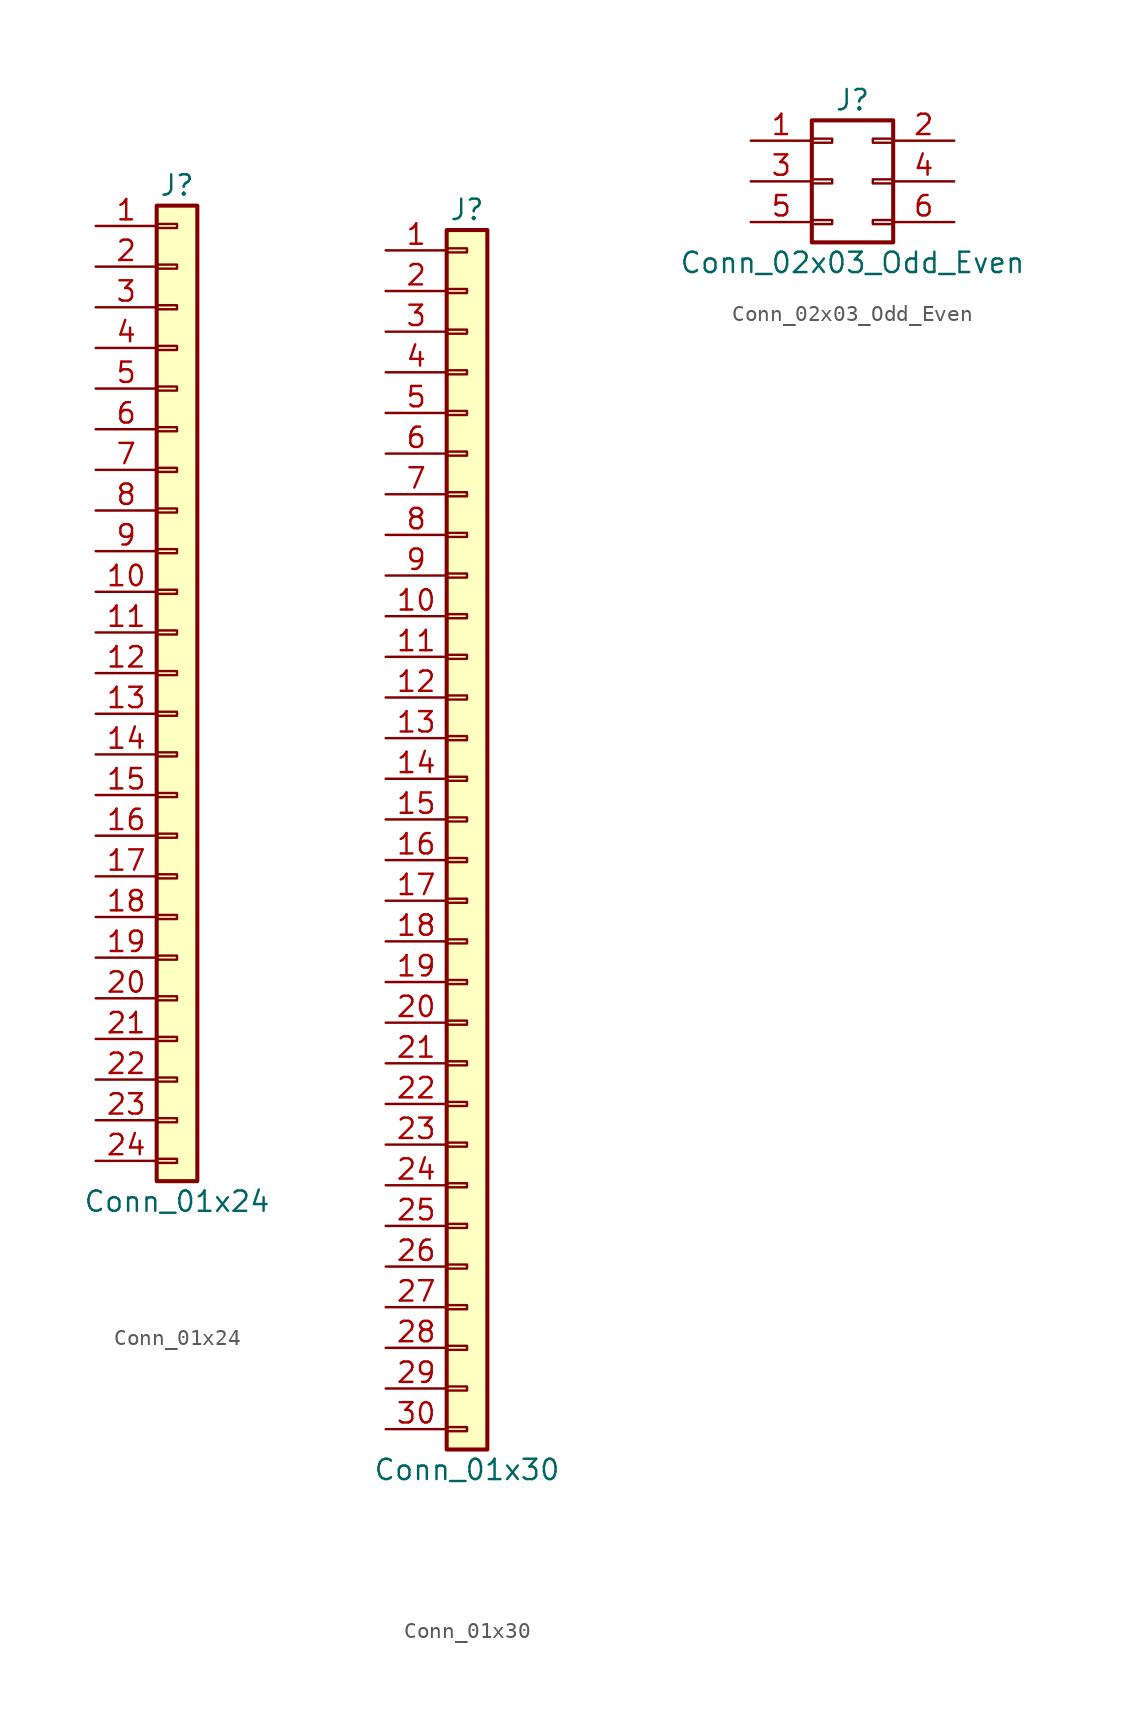
<source format=kicad_sym>
(kicad_symbol_lib
  (version 20241209)
  (generator "kicad_symbol_editor")
  (generator_version "9.0")
  (symbol "Conn_01x24"
    (pin_names
      (offset 1.016)
      (hide yes))
    (property "Reference" "J"
      (at 0 30.48 0)
      (effects (font (size 1.27 1.27))))
    (property "Value" "Conn_01x24"
      (at 0 -33.02 0)
      (effects (font (size 1.27 1.27))))
    (symbol "Conn_01x24_1_1"
      (rectangle (start -1.27 29.21) (end 1.27 -31.75) (stroke (width 0.254) (type default)) (fill (type background)))
      (rectangle (start -1.27 28.067) (end 0 27.813) (stroke (width 0.152) (type default)) (fill (type none)))
      (rectangle (start -1.27 25.527) (end 0 25.273) (stroke (width 0.152) (type default)) (fill (type none)))
      (rectangle (start -1.27 22.987) (end 0 22.733) (stroke (width 0.152) (type default)) (fill (type none)))
      (rectangle (start -1.27 20.447) (end 0 20.193) (stroke (width 0.152) (type default)) (fill (type none)))
      (rectangle (start -1.27 17.907) (end 0 17.653) (stroke (width 0.152) (type default)) (fill (type none)))
      (rectangle (start -1.27 15.367) (end 0 15.113) (stroke (width 0.152) (type default)) (fill (type none)))
      (rectangle (start -1.27 12.827) (end 0 12.573) (stroke (width 0.152) (type default)) (fill (type none)))
      (rectangle (start -1.27 10.287) (end 0 10.033) (stroke (width 0.152) (type default)) (fill (type none)))
      (rectangle (start -1.27 7.747) (end 0 7.493) (stroke (width 0.152) (type default)) (fill (type none)))
      (rectangle (start -1.27 5.207) (end 0 4.953) (stroke (width 0.152) (type default)) (fill (type none)))
      (rectangle (start -1.27 2.667) (end 0 2.413) (stroke (width 0.152) (type default)) (fill (type none)))
      (rectangle (start -1.27 0.127) (end 0 -0.127) (stroke (width 0.152) (type default)) (fill (type none)))
      (rectangle (start -1.27 -2.413) (end 0 -2.667) (stroke (width 0.152) (type default)) (fill (type none)))
      (rectangle (start -1.27 -4.953) (end 0 -5.207) (stroke (width 0.152) (type default)) (fill (type none)))
      (rectangle (start -1.27 -7.493) (end 0 -7.747) (stroke (width 0.152) (type default)) (fill (type none)))
      (rectangle (start -1.27 -10.033) (end 0 -10.287) (stroke (width 0.152) (type default)) (fill (type none)))
      (rectangle (start -1.27 -12.573) (end 0 -12.827) (stroke (width 0.152) (type default)) (fill (type none)))
      (rectangle (start -1.27 -15.113) (end 0 -15.367) (stroke (width 0.152) (type default)) (fill (type none)))
      (rectangle (start -1.27 -17.653) (end 0 -17.907) (stroke (width 0.152) (type default)) (fill (type none)))
      (rectangle (start -1.27 -20.193) (end 0 -20.447) (stroke (width 0.152) (type default)) (fill (type none)))
      (rectangle (start -1.27 -22.733) (end 0 -22.987) (stroke (width 0.152) (type default)) (fill (type none)))
      (rectangle (start -1.27 -25.273) (end 0 -25.527) (stroke (width 0.152) (type default)) (fill (type none)))
      (rectangle (start -1.27 -27.813) (end 0 -28.067) (stroke (width 0.152) (type default)) (fill (type none)))
      (rectangle (start -1.27 -30.353) (end 0 -30.607) (stroke (width 0.152) (type default)) (fill (type none)))
      (pin passive line (at -5.08 27.94 0) (length 3.81) (name "Pin_1" (effects (font (size 1.27 1.27)))) (number "1" (effects (font (size 1.27 1.27)))))
      (pin passive line (at -5.08 25.4 0) (length 3.81) (name "Pin_2" (effects (font (size 1.27 1.27)))) (number "2" (effects (font (size 1.27 1.27)))))
      (pin passive line (at -5.08 22.86 0) (length 3.81) (name "Pin_3" (effects (font (size 1.27 1.27)))) (number "3" (effects (font (size 1.27 1.27)))))
      (pin passive line (at -5.08 20.32 0) (length 3.81) (name "Pin_4" (effects (font (size 1.27 1.27)))) (number "4" (effects (font (size 1.27 1.27)))))
      (pin passive line (at -5.08 17.78 0) (length 3.81) (name "Pin_5" (effects (font (size 1.27 1.27)))) (number "5" (effects (font (size 1.27 1.27)))))
      (pin passive line (at -5.08 15.24 0) (length 3.81) (name "Pin_6" (effects (font (size 1.27 1.27)))) (number "6" (effects (font (size 1.27 1.27)))))
      (pin passive line (at -5.08 12.7 0) (length 3.81) (name "Pin_7" (effects (font (size 1.27 1.27)))) (number "7" (effects (font (size 1.27 1.27)))))
      (pin passive line (at -5.08 10.16 0) (length 3.81) (name "Pin_8" (effects (font (size 1.27 1.27)))) (number "8" (effects (font (size 1.27 1.27)))))
      (pin passive line (at -5.08 7.62 0) (length 3.81) (name "Pin_9" (effects (font (size 1.27 1.27)))) (number "9" (effects (font (size 1.27 1.27)))))
      (pin passive line (at -5.08 5.08 0) (length 3.81) (name "Pin_10" (effects (font (size 1.27 1.27)))) (number "10" (effects (font (size 1.27 1.27)))))
      (pin passive line (at -5.08 2.54 0) (length 3.81) (name "Pin_11" (effects (font (size 1.27 1.27)))) (number "11" (effects (font (size 1.27 1.27)))))
      (pin passive line (at -5.08 0 0) (length 3.81) (name "Pin_12" (effects (font (size 1.27 1.27)))) (number "12" (effects (font (size 1.27 1.27)))))
      (pin passive line (at -5.08 -2.54 0) (length 3.81) (name "Pin_13" (effects (font (size 1.27 1.27)))) (number "13" (effects (font (size 1.27 1.27)))))
      (pin passive line (at -5.08 -5.08 0) (length 3.81) (name "Pin_14" (effects (font (size 1.27 1.27)))) (number "14" (effects (font (size 1.27 1.27)))))
      (pin passive line (at -5.08 -7.62 0) (length 3.81) (name "Pin_15" (effects (font (size 1.27 1.27)))) (number "15" (effects (font (size 1.27 1.27)))))
      (pin passive line (at -5.08 -10.16 0) (length 3.81) (name "Pin_16" (effects (font (size 1.27 1.27)))) (number "16" (effects (font (size 1.27 1.27)))))
      (pin passive line (at -5.08 -12.7 0) (length 3.81) (name "Pin_17" (effects (font (size 1.27 1.27)))) (number "17" (effects (font (size 1.27 1.27)))))
      (pin passive line (at -5.08 -15.24 0) (length 3.81) (name "Pin_18" (effects (font (size 1.27 1.27)))) (number "18" (effects (font (size 1.27 1.27)))))
      (pin passive line (at -5.08 -17.78 0) (length 3.81) (name "Pin_19" (effects (font (size 1.27 1.27)))) (number "19" (effects (font (size 1.27 1.27)))))
      (pin passive line (at -5.08 -20.32 0) (length 3.81) (name "Pin_20" (effects (font (size 1.27 1.27)))) (number "20" (effects (font (size 1.27 1.27)))))
      (pin passive line (at -5.08 -22.86 0) (length 3.81) (name "Pin_21" (effects (font (size 1.27 1.27)))) (number "21" (effects (font (size 1.27 1.27)))))
      (pin passive line (at -5.08 -25.4 0) (length 3.81) (name "Pin_22" (effects (font (size 1.27 1.27)))) (number "22" (effects (font (size 1.27 1.27)))))
      (pin passive line (at -5.08 -27.94 0) (length 3.81) (name "Pin_23" (effects (font (size 1.27 1.27)))) (number "23" (effects (font (size 1.27 1.27)))))
      (pin passive line (at -5.08 -30.48 0) (length 3.81) (name "Pin_24" (effects (font (size 1.27 1.27)))) (number "24" (effects (font (size 1.27 1.27)))))))
  (symbol "Conn_01x30"
    (pin_names
      (offset 1.016)
      (hide yes))
    (property "Reference" "J"
      (at 0 38.1 0)
      (effects (font (size 1.27 1.27))))
    (property "Value" "Conn_01x30"
      (at 0 -40.64 0)
      (effects (font (size 1.27 1.27))))
    (symbol "Conn_01x30_1_1"
      (rectangle (start -1.27 36.83) (end 1.27 -39.37) (stroke (width 0.254) (type default)) (fill (type background)))
      (rectangle (start -1.27 35.687) (end 0 35.433) (stroke (width 0.152) (type default)) (fill (type none)))
      (rectangle (start -1.27 33.147) (end 0 32.893) (stroke (width 0.152) (type default)) (fill (type none)))
      (rectangle (start -1.27 30.607) (end 0 30.353) (stroke (width 0.152) (type default)) (fill (type none)))
      (rectangle (start -1.27 28.067) (end 0 27.813) (stroke (width 0.152) (type default)) (fill (type none)))
      (rectangle (start -1.27 25.527) (end 0 25.273) (stroke (width 0.152) (type default)) (fill (type none)))
      (rectangle (start -1.27 22.987) (end 0 22.733) (stroke (width 0.152) (type default)) (fill (type none)))
      (rectangle (start -1.27 20.447) (end 0 20.193) (stroke (width 0.152) (type default)) (fill (type none)))
      (rectangle (start -1.27 17.907) (end 0 17.653) (stroke (width 0.152) (type default)) (fill (type none)))
      (rectangle (start -1.27 15.367) (end 0 15.113) (stroke (width 0.152) (type default)) (fill (type none)))
      (rectangle (start -1.27 12.827) (end 0 12.573) (stroke (width 0.152) (type default)) (fill (type none)))
      (rectangle (start -1.27 10.287) (end 0 10.033) (stroke (width 0.152) (type default)) (fill (type none)))
      (rectangle (start -1.27 7.747) (end 0 7.493) (stroke (width 0.152) (type default)) (fill (type none)))
      (rectangle (start -1.27 5.207) (end 0 4.953) (stroke (width 0.152) (type default)) (fill (type none)))
      (rectangle (start -1.27 2.667) (end 0 2.413) (stroke (width 0.152) (type default)) (fill (type none)))
      (rectangle (start -1.27 0.127) (end 0 -0.127) (stroke (width 0.152) (type default)) (fill (type none)))
      (rectangle (start -1.27 -2.413) (end 0 -2.667) (stroke (width 0.152) (type default)) (fill (type none)))
      (rectangle (start -1.27 -4.953) (end 0 -5.207) (stroke (width 0.152) (type default)) (fill (type none)))
      (rectangle (start -1.27 -7.493) (end 0 -7.747) (stroke (width 0.152) (type default)) (fill (type none)))
      (rectangle (start -1.27 -10.033) (end 0 -10.287) (stroke (width 0.152) (type default)) (fill (type none)))
      (rectangle (start -1.27 -12.573) (end 0 -12.827) (stroke (width 0.152) (type default)) (fill (type none)))
      (rectangle (start -1.27 -15.113) (end 0 -15.367) (stroke (width 0.152) (type default)) (fill (type none)))
      (rectangle (start -1.27 -17.653) (end 0 -17.907) (stroke (width 0.152) (type default)) (fill (type none)))
      (rectangle (start -1.27 -20.193) (end 0 -20.447) (stroke (width 0.152) (type default)) (fill (type none)))
      (rectangle (start -1.27 -22.733) (end 0 -22.987) (stroke (width 0.152) (type default)) (fill (type none)))
      (rectangle (start -1.27 -25.273) (end 0 -25.527) (stroke (width 0.152) (type default)) (fill (type none)))
      (rectangle (start -1.27 -27.813) (end 0 -28.067) (stroke (width 0.152) (type default)) (fill (type none)))
      (rectangle (start -1.27 -30.353) (end 0 -30.607) (stroke (width 0.152) (type default)) (fill (type none)))
      (rectangle (start -1.27 -32.893) (end 0 -33.147) (stroke (width 0.152) (type default)) (fill (type none)))
      (rectangle (start -1.27 -35.433) (end 0 -35.687) (stroke (width 0.152) (type default)) (fill (type none)))
      (rectangle (start -1.27 -37.973) (end 0 -38.227) (stroke (width 0.152) (type default)) (fill (type none)))
      (pin passive line (at -5.08 35.56 0) (length 3.81) (name "Pin_1" (effects (font (size 1.27 1.27)))) (number "1" (effects (font (size 1.27 1.27)))))
      (pin passive line (at -5.08 33.02 0) (length 3.81) (name "Pin_2" (effects (font (size 1.27 1.27)))) (number "2" (effects (font (size 1.27 1.27)))))
      (pin passive line (at -5.08 30.48 0) (length 3.81) (name "Pin_3" (effects (font (size 1.27 1.27)))) (number "3" (effects (font (size 1.27 1.27)))))
      (pin passive line (at -5.08 27.94 0) (length 3.81) (name "Pin_4" (effects (font (size 1.27 1.27)))) (number "4" (effects (font (size 1.27 1.27)))))
      (pin passive line (at -5.08 25.4 0) (length 3.81) (name "Pin_5" (effects (font (size 1.27 1.27)))) (number "5" (effects (font (size 1.27 1.27)))))
      (pin passive line (at -5.08 22.86 0) (length 3.81) (name "Pin_6" (effects (font (size 1.27 1.27)))) (number "6" (effects (font (size 1.27 1.27)))))
      (pin passive line (at -5.08 20.32 0) (length 3.81) (name "Pin_7" (effects (font (size 1.27 1.27)))) (number "7" (effects (font (size 1.27 1.27)))))
      (pin passive line (at -5.08 17.78 0) (length 3.81) (name "Pin_8" (effects (font (size 1.27 1.27)))) (number "8" (effects (font (size 1.27 1.27)))))
      (pin passive line (at -5.08 15.24 0) (length 3.81) (name "Pin_9" (effects (font (size 1.27 1.27)))) (number "9" (effects (font (size 1.27 1.27)))))
      (pin passive line (at -5.08 12.7 0) (length 3.81) (name "Pin_10" (effects (font (size 1.27 1.27)))) (number "10" (effects (font (size 1.27 1.27)))))
      (pin passive line (at -5.08 10.16 0) (length 3.81) (name "Pin_11" (effects (font (size 1.27 1.27)))) (number "11" (effects (font (size 1.27 1.27)))))
      (pin passive line (at -5.08 7.62 0) (length 3.81) (name "Pin_12" (effects (font (size 1.27 1.27)))) (number "12" (effects (font (size 1.27 1.27)))))
      (pin passive line (at -5.08 5.08 0) (length 3.81) (name "Pin_13" (effects (font (size 1.27 1.27)))) (number "13" (effects (font (size 1.27 1.27)))))
      (pin passive line (at -5.08 2.54 0) (length 3.81) (name "Pin_14" (effects (font (size 1.27 1.27)))) (number "14" (effects (font (size 1.27 1.27)))))
      (pin passive line (at -5.08 0 0) (length 3.81) (name "Pin_15" (effects (font (size 1.27 1.27)))) (number "15" (effects (font (size 1.27 1.27)))))
      (pin passive line (at -5.08 -2.54 0) (length 3.81) (name "Pin_16" (effects (font (size 1.27 1.27)))) (number "16" (effects (font (size 1.27 1.27)))))
      (pin passive line (at -5.08 -5.08 0) (length 3.81) (name "Pin_17" (effects (font (size 1.27 1.27)))) (number "17" (effects (font (size 1.27 1.27)))))
      (pin passive line (at -5.08 -7.62 0) (length 3.81) (name "Pin_18" (effects (font (size 1.27 1.27)))) (number "18" (effects (font (size 1.27 1.27)))))
      (pin passive line (at -5.08 -10.16 0) (length 3.81) (name "Pin_19" (effects (font (size 1.27 1.27)))) (number "19" (effects (font (size 1.27 1.27)))))
      (pin passive line (at -5.08 -12.7 0) (length 3.81) (name "Pin_20" (effects (font (size 1.27 1.27)))) (number "20" (effects (font (size 1.27 1.27)))))
      (pin passive line (at -5.08 -15.24 0) (length 3.81) (name "Pin_21" (effects (font (size 1.27 1.27)))) (number "21" (effects (font (size 1.27 1.27)))))
      (pin passive line (at -5.08 -17.78 0) (length 3.81) (name "Pin_22" (effects (font (size 1.27 1.27)))) (number "22" (effects (font (size 1.27 1.27)))))
      (pin passive line (at -5.08 -20.32 0) (length 3.81) (name "Pin_23" (effects (font (size 1.27 1.27)))) (number "23" (effects (font (size 1.27 1.27)))))
      (pin passive line (at -5.08 -22.86 0) (length 3.81) (name "Pin_24" (effects (font (size 1.27 1.27)))) (number "24" (effects (font (size 1.27 1.27)))))
      (pin passive line (at -5.08 -25.4 0) (length 3.81) (name "Pin_25" (effects (font (size 1.27 1.27)))) (number "25" (effects (font (size 1.27 1.27)))))
      (pin passive line (at -5.08 -27.94 0) (length 3.81) (name "Pin_26" (effects (font (size 1.27 1.27)))) (number "26" (effects (font (size 1.27 1.27)))))
      (pin passive line (at -5.08 -30.48 0) (length 3.81) (name "Pin_27" (effects (font (size 1.27 1.27)))) (number "27" (effects (font (size 1.27 1.27)))))
      (pin passive line (at -5.08 -33.02 0) (length 3.81) (name "Pin_28" (effects (font (size 1.27 1.27)))) (number "28" (effects (font (size 1.27 1.27)))))
      (pin passive line (at -5.08 -35.56 0) (length 3.81) (name "Pin_29" (effects (font (size 1.27 1.27)))) (number "29" (effects (font (size 1.27 1.27)))))
      (pin passive line (at -5.08 -38.1 0) (length 3.81) (name "Pin_30" (effects (font (size 1.27 1.27)))) (number "30" (effects (font (size 1.27 1.27)))))))
  (symbol "Conn_02x03_Odd_Even"
    (pin_names
      (offset 1.016)
      (hide yes))
    (property "Reference" "J"
      (at 1.27 5.08 0)
      (effects (font (size 1.27 1.27))))
    (property "Value" "Conn_02x03_Odd_Even"
      (at 1.27 -5.08 0)
      (effects (font (size 1.27 1.27))))
    (symbol "Conn_02x03_Odd_Even_1_1"
      (rectangle (start -1.27 3.81) (end 3.81 -3.81) (stroke (width 0.254) (type default)) (fill (type none)))
      (rectangle (start -1.27 2.667) (end 0 2.413) (stroke (width 0.152) (type default)) (fill (type none)))
      (rectangle (start -1.27 0.127) (end 0 -0.127) (stroke (width 0.152) (type default)) (fill (type none)))
      (rectangle (start -1.27 -2.413) (end 0 -2.667) (stroke (width 0.152) (type default)) (fill (type none)))
      (rectangle (start 3.81 2.667) (end 2.54 2.413) (stroke (width 0.152) (type default)) (fill (type none)))
      (rectangle (start 3.81 0.127) (end 2.54 -0.127) (stroke (width 0.152) (type default)) (fill (type none)))
      (rectangle (start 3.81 -2.413) (end 2.54 -2.667) (stroke (width 0.152) (type default)) (fill (type none)))
      (pin passive line (at -5.08 2.54 0) (length 3.81) (name "Pin_1" (effects (font (size 1.27 1.27)))) (number "1" (effects (font (size 1.27 1.27)))))
      (pin passive line (at -5.08 0 0) (length 3.81) (name "Pin_3" (effects (font (size 1.27 1.27)))) (number "3" (effects (font (size 1.27 1.27)))))
      (pin passive line (at -5.08 -2.54 0) (length 3.81) (name "Pin_5" (effects (font (size 1.27 1.27)))) (number "5" (effects (font (size 1.27 1.27)))))
      (pin passive line (at 7.62 2.54 180) (length 3.81) (name "Pin_2" (effects (font (size 1.27 1.27)))) (number "2" (effects (font (size 1.27 1.27)))))
      (pin passive line (at 7.62 0 180) (length 3.81) (name "Pin_4" (effects (font (size 1.27 1.27)))) (number "4" (effects (font (size 1.27 1.27)))))
      (pin passive line (at 7.62 -2.54 180) (length 3.81) (name "Pin_6" (effects (font (size 1.27 1.27)))) (number "6" (effects (font (size 1.27 1.27))))))))
</source>
